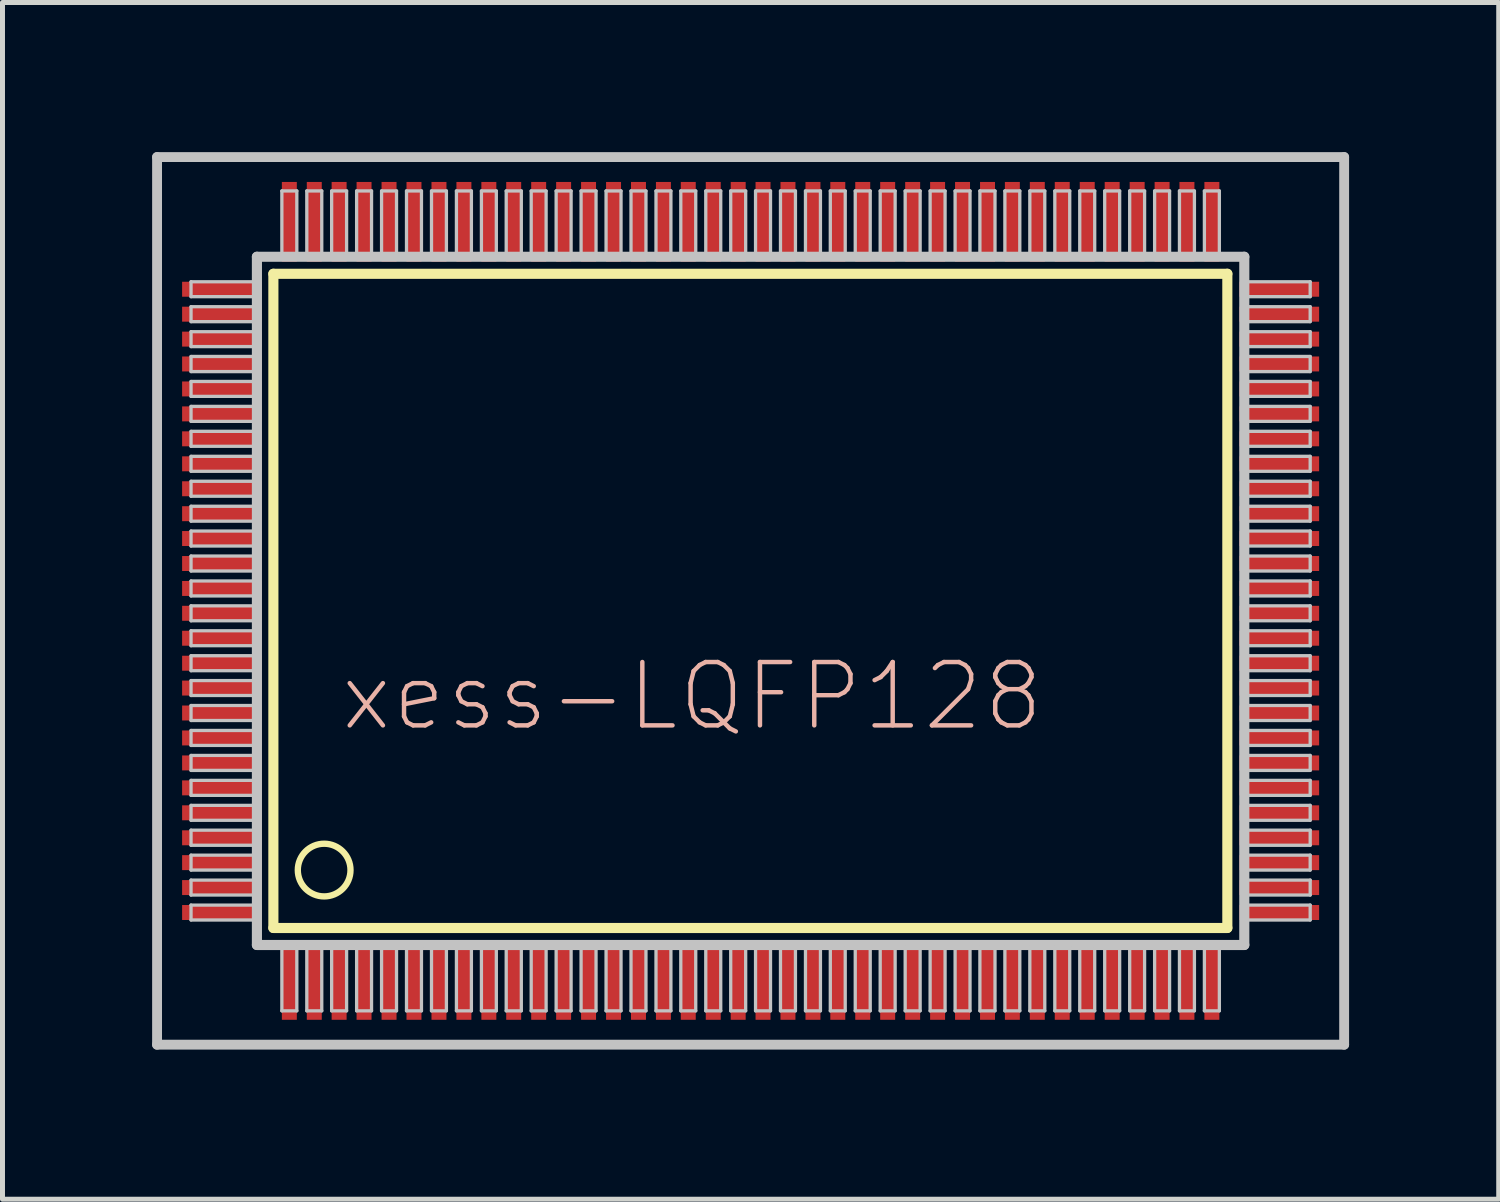
<source format=kicad_pcb>
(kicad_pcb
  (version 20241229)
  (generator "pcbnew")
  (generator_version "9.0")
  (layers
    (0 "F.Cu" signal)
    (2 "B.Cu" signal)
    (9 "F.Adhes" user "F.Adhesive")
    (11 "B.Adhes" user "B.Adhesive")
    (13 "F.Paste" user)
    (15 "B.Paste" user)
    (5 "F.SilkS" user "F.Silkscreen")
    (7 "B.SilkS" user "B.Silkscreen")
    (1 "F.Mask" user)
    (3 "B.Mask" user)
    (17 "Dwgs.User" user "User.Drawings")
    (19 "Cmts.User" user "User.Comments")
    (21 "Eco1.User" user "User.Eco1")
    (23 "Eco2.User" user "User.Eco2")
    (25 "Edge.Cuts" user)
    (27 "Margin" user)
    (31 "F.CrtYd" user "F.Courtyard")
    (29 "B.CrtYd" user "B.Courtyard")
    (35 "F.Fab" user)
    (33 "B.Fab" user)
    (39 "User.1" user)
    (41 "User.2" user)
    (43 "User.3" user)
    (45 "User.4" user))
  (footprint "xess-LQFP128"
    (layer "F.Cu")
    (at 11.999 8.997)
    (property "Reference" "xess-LQFP128" (at -1.173 1.913 0) (layer "B.SilkS") (effects (font (size 1.27 1.27) (thickness 0.089))))
    (attr smd)
    (fp_line (start -9.568 -6.558) (end 9.558 -6.558) (stroke (width 0.203) (type solid)) (layer "F.SilkS"))
    (fp_line (start -9.568 6.558) (end -9.568 -6.558) (stroke (width 0.203) (type solid)) (layer "F.SilkS"))
    (fp_line (start 9.558 -6.558) (end 9.558 6.558) (stroke (width 0.203) (type solid)) (layer "F.SilkS"))
    (fp_line (start 9.558 6.558) (end -9.568 6.558) (stroke (width 0.203) (type solid)) (layer "F.SilkS"))
    (fp_circle (center -8.55 5.397) (end -8.923 5.771) (stroke (width 0.127) (type solid)) (fill no) (layer "F.SilkS"))
    (fp_line (start -11.9 -8.898) (end 11.9 -8.898) (stroke (width 0.198) (type solid)) (layer "Dwgs.User"))
    (fp_line (start -11.9 8.898) (end -11.9 -8.898) (stroke (width 0.198) (type solid)) (layer "Dwgs.User"))
    (fp_line (start -11.219 -6.398) (end -9.949 -6.398) (stroke (width 0.066) (type solid)) (layer "Dwgs.User"))
    (fp_line (start -11.219 -6.099) (end -11.219 -6.398) (stroke (width 0.066) (type solid)) (layer "Dwgs.User"))
    (fp_line (start -11.219 -6.099) (end -9.949 -6.099) (stroke (width 0.066) (type solid)) (layer "Dwgs.User"))
    (fp_line (start -11.219 -5.898) (end -9.949 -5.898) (stroke (width 0.066) (type solid)) (layer "Dwgs.User"))
    (fp_line (start -11.219 -5.598) (end -11.219 -5.898) (stroke (width 0.066) (type solid)) (layer "Dwgs.User"))
    (fp_line (start -11.219 -5.598) (end -9.949 -5.598) (stroke (width 0.066) (type solid)) (layer "Dwgs.User"))
    (fp_line (start -11.219 -5.397) (end -9.949 -5.397) (stroke (width 0.066) (type solid)) (layer "Dwgs.User"))
    (fp_line (start -11.219 -5.098) (end -11.219 -5.397) (stroke (width 0.066) (type solid)) (layer "Dwgs.User"))
    (fp_line (start -11.219 -5.098) (end -9.949 -5.098) (stroke (width 0.066) (type solid)) (layer "Dwgs.User"))
    (fp_line (start -11.219 -4.9) (end -9.949 -4.9) (stroke (width 0.066) (type solid)) (layer "Dwgs.User"))
    (fp_line (start -11.219 -4.597) (end -11.219 -4.9) (stroke (width 0.066) (type solid)) (layer "Dwgs.User"))
    (fp_line (start -11.219 -4.597) (end -9.949 -4.597) (stroke (width 0.066) (type solid)) (layer "Dwgs.User"))
    (fp_line (start -11.219 -4.399) (end -9.949 -4.399) (stroke (width 0.066) (type solid)) (layer "Dwgs.User"))
    (fp_line (start -11.219 -4.1) (end -11.219 -4.399) (stroke (width 0.066) (type solid)) (layer "Dwgs.User"))
    (fp_line (start -11.219 -4.1) (end -9.949 -4.1) (stroke (width 0.066) (type solid)) (layer "Dwgs.User"))
    (fp_line (start -11.219 -3.899) (end -9.949 -3.899) (stroke (width 0.066) (type solid)) (layer "Dwgs.User"))
    (fp_line (start -11.219 -3.599) (end -11.219 -3.899) (stroke (width 0.066) (type solid)) (layer "Dwgs.User"))
    (fp_line (start -11.219 -3.599) (end -9.949 -3.599) (stroke (width 0.066) (type solid)) (layer "Dwgs.User"))
    (fp_line (start -11.219 -3.399) (end -9.949 -3.399) (stroke (width 0.066) (type solid)) (layer "Dwgs.User"))
    (fp_line (start -11.219 -3.099) (end -11.219 -3.399) (stroke (width 0.066) (type solid)) (layer "Dwgs.User"))
    (fp_line (start -11.219 -3.099) (end -9.949 -3.099) (stroke (width 0.066) (type solid)) (layer "Dwgs.User"))
    (fp_line (start -11.219 -2.898) (end -9.949 -2.898) (stroke (width 0.066) (type solid)) (layer "Dwgs.User"))
    (fp_line (start -11.219 -2.598) (end -11.219 -2.898) (stroke (width 0.066) (type solid)) (layer "Dwgs.User"))
    (fp_line (start -11.219 -2.598) (end -9.949 -2.598) (stroke (width 0.066) (type solid)) (layer "Dwgs.User"))
    (fp_line (start -11.219 -2.398) (end -9.949 -2.398) (stroke (width 0.066) (type solid)) (layer "Dwgs.User"))
    (fp_line (start -11.219 -2.098) (end -11.219 -2.398) (stroke (width 0.066) (type solid)) (layer "Dwgs.User"))
    (fp_line (start -11.219 -2.098) (end -9.949 -2.098) (stroke (width 0.066) (type solid)) (layer "Dwgs.User"))
    (fp_line (start -11.219 -1.897) (end -9.949 -1.897) (stroke (width 0.066) (type solid)) (layer "Dwgs.User"))
    (fp_line (start -11.219 -1.598) (end -11.219 -1.897) (stroke (width 0.066) (type solid)) (layer "Dwgs.User"))
    (fp_line (start -11.219 -1.598) (end -9.949 -1.598) (stroke (width 0.066) (type solid)) (layer "Dwgs.User"))
    (fp_line (start -11.219 -1.4) (end -9.949 -1.4) (stroke (width 0.066) (type solid)) (layer "Dwgs.User"))
    (fp_line (start -11.219 -1.1) (end -11.219 -1.4) (stroke (width 0.066) (type solid)) (layer "Dwgs.User"))
    (fp_line (start -11.219 -1.1) (end -9.949 -1.1) (stroke (width 0.066) (type solid)) (layer "Dwgs.User"))
    (fp_line (start -11.219 -0.899) (end -9.949 -0.899) (stroke (width 0.066) (type solid)) (layer "Dwgs.User"))
    (fp_line (start -11.219 -0.599) (end -11.219 -0.899) (stroke (width 0.066) (type solid)) (layer "Dwgs.User"))
    (fp_line (start -11.219 -0.599) (end -9.949 -0.599) (stroke (width 0.066) (type solid)) (layer "Dwgs.User"))
    (fp_line (start -11.219 -0.399) (end -9.949 -0.399) (stroke (width 0.066) (type solid)) (layer "Dwgs.User"))
    (fp_line (start -11.219 -0.099) (end -11.219 -0.399) (stroke (width 0.066) (type solid)) (layer "Dwgs.User"))
    (fp_line (start -11.219 -0.099) (end -9.949 -0.099) (stroke (width 0.066) (type solid)) (layer "Dwgs.User"))
    (fp_line (start -11.219 0.099) (end -9.949 0.099) (stroke (width 0.066) (type solid)) (layer "Dwgs.User"))
    (fp_line (start -11.219 0.399) (end -11.219 0.099) (stroke (width 0.066) (type solid)) (layer "Dwgs.User"))
    (fp_line (start -11.219 0.399) (end -9.949 0.399) (stroke (width 0.066) (type solid)) (layer "Dwgs.User"))
    (fp_line (start -11.219 0.599) (end -9.949 0.599) (stroke (width 0.066) (type solid)) (layer "Dwgs.User"))
    (fp_line (start -11.219 0.899) (end -11.219 0.599) (stroke (width 0.066) (type solid)) (layer "Dwgs.User"))
    (fp_line (start -11.219 0.899) (end -9.949 0.899) (stroke (width 0.066) (type solid)) (layer "Dwgs.User"))
    (fp_line (start -11.219 1.1) (end -9.949 1.1) (stroke (width 0.066) (type solid)) (layer "Dwgs.User"))
    (fp_line (start -11.219 1.4) (end -11.219 1.1) (stroke (width 0.066) (type solid)) (layer "Dwgs.User"))
    (fp_line (start -11.219 1.4) (end -9.949 1.4) (stroke (width 0.066) (type solid)) (layer "Dwgs.User"))
    (fp_line (start -11.219 1.598) (end -9.949 1.598) (stroke (width 0.066) (type solid)) (layer "Dwgs.User"))
    (fp_line (start -11.219 1.897) (end -11.219 1.598) (stroke (width 0.066) (type solid)) (layer "Dwgs.User"))
    (fp_line (start -11.219 1.897) (end -9.949 1.897) (stroke (width 0.066) (type solid)) (layer "Dwgs.User"))
    (fp_line (start -11.219 2.098) (end -9.949 2.098) (stroke (width 0.066) (type solid)) (layer "Dwgs.User"))
    (fp_line (start -11.219 2.398) (end -11.219 2.098) (stroke (width 0.066) (type solid)) (layer "Dwgs.User"))
    (fp_line (start -11.219 2.398) (end -9.949 2.398) (stroke (width 0.066) (type solid)) (layer "Dwgs.User"))
    (fp_line (start -11.219 2.598) (end -9.949 2.598) (stroke (width 0.066) (type solid)) (layer "Dwgs.User"))
    (fp_line (start -11.219 2.898) (end -11.219 2.598) (stroke (width 0.066) (type solid)) (layer "Dwgs.User"))
    (fp_line (start -11.219 2.898) (end -9.949 2.898) (stroke (width 0.066) (type solid)) (layer "Dwgs.User"))
    (fp_line (start -11.219 3.099) (end -9.949 3.099) (stroke (width 0.066) (type solid)) (layer "Dwgs.User"))
    (fp_line (start -11.219 3.399) (end -11.219 3.099) (stroke (width 0.066) (type solid)) (layer "Dwgs.User"))
    (fp_line (start -11.219 3.399) (end -9.949 3.399) (stroke (width 0.066) (type solid)) (layer "Dwgs.User"))
    (fp_line (start -11.219 3.599) (end -9.949 3.599) (stroke (width 0.066) (type solid)) (layer "Dwgs.User"))
    (fp_line (start -11.219 3.899) (end -11.219 3.599) (stroke (width 0.066) (type solid)) (layer "Dwgs.User"))
    (fp_line (start -11.219 3.899) (end -9.949 3.899) (stroke (width 0.066) (type solid)) (layer "Dwgs.User"))
    (fp_line (start -11.219 4.1) (end -9.949 4.1) (stroke (width 0.066) (type solid)) (layer "Dwgs.User"))
    (fp_line (start -11.219 4.399) (end -11.219 4.1) (stroke (width 0.066) (type solid)) (layer "Dwgs.User"))
    (fp_line (start -11.219 4.399) (end -9.949 4.399) (stroke (width 0.066) (type solid)) (layer "Dwgs.User"))
    (fp_line (start -11.219 4.597) (end -9.949 4.597) (stroke (width 0.066) (type solid)) (layer "Dwgs.User"))
    (fp_line (start -11.219 4.9) (end -11.219 4.597) (stroke (width 0.066) (type solid)) (layer "Dwgs.User"))
    (fp_line (start -11.219 4.9) (end -9.949 4.9) (stroke (width 0.066) (type solid)) (layer "Dwgs.User"))
    (fp_line (start -11.219 5.098) (end -9.949 5.098) (stroke (width 0.066) (type solid)) (layer "Dwgs.User"))
    (fp_line (start -11.219 5.397) (end -11.219 5.098) (stroke (width 0.066) (type solid)) (layer "Dwgs.User"))
    (fp_line (start -11.219 5.397) (end -9.949 5.397) (stroke (width 0.066) (type solid)) (layer "Dwgs.User"))
    (fp_line (start -11.219 5.598) (end -9.949 5.598) (stroke (width 0.066) (type solid)) (layer "Dwgs.User"))
    (fp_line (start -11.219 5.898) (end -11.219 5.598) (stroke (width 0.066) (type solid)) (layer "Dwgs.User"))
    (fp_line (start -11.219 5.898) (end -9.949 5.898) (stroke (width 0.066) (type solid)) (layer "Dwgs.User"))
    (fp_line (start -11.219 6.099) (end -9.949 6.099) (stroke (width 0.066) (type solid)) (layer "Dwgs.User"))
    (fp_line (start -11.219 6.398) (end -11.219 6.099) (stroke (width 0.066) (type solid)) (layer "Dwgs.User"))
    (fp_line (start -11.219 6.398) (end -9.949 6.398) (stroke (width 0.066) (type solid)) (layer "Dwgs.User"))
    (fp_line (start -9.949 -6.099) (end -9.949 -6.398) (stroke (width 0.066) (type solid)) (layer "Dwgs.User"))
    (fp_line (start -9.949 -5.598) (end -9.949 -5.898) (stroke (width 0.066) (type solid)) (layer "Dwgs.User"))
    (fp_line (start -9.949 -5.098) (end -9.949 -5.397) (stroke (width 0.066) (type solid)) (layer "Dwgs.User"))
    (fp_line (start -9.949 -4.597) (end -9.949 -4.9) (stroke (width 0.066) (type solid)) (layer "Dwgs.User"))
    (fp_line (start -9.949 -4.1) (end -9.949 -4.399) (stroke (width 0.066) (type solid)) (layer "Dwgs.User"))
    (fp_line (start -9.949 -3.599) (end -9.949 -3.899) (stroke (width 0.066) (type solid)) (layer "Dwgs.User"))
    (fp_line (start -9.949 -3.099) (end -9.949 -3.399) (stroke (width 0.066) (type solid)) (layer "Dwgs.User"))
    (fp_line (start -9.949 -2.598) (end -9.949 -2.898) (stroke (width 0.066) (type solid)) (layer "Dwgs.User"))
    (fp_line (start -9.949 -2.098) (end -9.949 -2.398) (stroke (width 0.066) (type solid)) (layer "Dwgs.User"))
    (fp_line (start -9.949 -1.598) (end -9.949 -1.897) (stroke (width 0.066) (type solid)) (layer "Dwgs.User"))
    (fp_line (start -9.949 -1.1) (end -9.949 -1.4) (stroke (width 0.066) (type solid)) (layer "Dwgs.User"))
    (fp_line (start -9.949 -0.599) (end -9.949 -0.899) (stroke (width 0.066) (type solid)) (layer "Dwgs.User"))
    (fp_line (start -9.949 -0.099) (end -9.949 -0.399) (stroke (width 0.066) (type solid)) (layer "Dwgs.User"))
    (fp_line (start -9.949 0.399) (end -9.949 0.099) (stroke (width 0.066) (type solid)) (layer "Dwgs.User"))
    (fp_line (start -9.949 0.899) (end -9.949 0.599) (stroke (width 0.066) (type solid)) (layer "Dwgs.User"))
    (fp_line (start -9.949 1.4) (end -9.949 1.1) (stroke (width 0.066) (type solid)) (layer "Dwgs.User"))
    (fp_line (start -9.949 1.897) (end -9.949 1.598) (stroke (width 0.066) (type solid)) (layer "Dwgs.User"))
    (fp_line (start -9.949 2.398) (end -9.949 2.098) (stroke (width 0.066) (type solid)) (layer "Dwgs.User"))
    (fp_line (start -9.949 2.898) (end -9.949 2.598) (stroke (width 0.066) (type solid)) (layer "Dwgs.User"))
    (fp_line (start -9.949 3.399) (end -9.949 3.099) (stroke (width 0.066) (type solid)) (layer "Dwgs.User"))
    (fp_line (start -9.949 3.899) (end -9.949 3.599) (stroke (width 0.066) (type solid)) (layer "Dwgs.User"))
    (fp_line (start -9.949 4.399) (end -9.949 4.1) (stroke (width 0.066) (type solid)) (layer "Dwgs.User"))
    (fp_line (start -9.949 4.9) (end -9.949 4.597) (stroke (width 0.066) (type solid)) (layer "Dwgs.User"))
    (fp_line (start -9.949 5.397) (end -9.949 5.098) (stroke (width 0.066) (type solid)) (layer "Dwgs.User"))
    (fp_line (start -9.949 5.898) (end -9.949 5.598) (stroke (width 0.066) (type solid)) (layer "Dwgs.User"))
    (fp_line (start -9.949 6.398) (end -9.949 6.099) (stroke (width 0.066) (type solid)) (layer "Dwgs.User"))
    (fp_line (start -9.898 -6.899) (end -9.898 6.899) (stroke (width 0.203) (type solid)) (layer "Dwgs.User"))
    (fp_line (start -9.898 6.899) (end 9.898 6.899) (stroke (width 0.203) (type solid)) (layer "Dwgs.User"))
    (fp_line (start -9.398 -8.219) (end -9.098 -8.219) (stroke (width 0.066) (type solid)) (layer "Dwgs.User"))
    (fp_line (start -9.398 -6.949) (end -9.398 -8.219) (stroke (width 0.066) (type solid)) (layer "Dwgs.User"))
    (fp_line (start -9.398 -6.949) (end -9.098 -6.949) (stroke (width 0.066) (type solid)) (layer "Dwgs.User"))
    (fp_line (start -9.398 6.949) (end -9.098 6.949) (stroke (width 0.066) (type solid)) (layer "Dwgs.User"))
    (fp_line (start -9.398 8.219) (end -9.398 6.949) (stroke (width 0.066) (type solid)) (layer "Dwgs.User"))
    (fp_line (start -9.398 8.219) (end -9.098 8.219) (stroke (width 0.066) (type solid)) (layer "Dwgs.User"))
    (fp_line (start -9.098 -6.949) (end -9.098 -8.219) (stroke (width 0.066) (type solid)) (layer "Dwgs.User"))
    (fp_line (start -9.098 8.219) (end -9.098 6.949) (stroke (width 0.066) (type solid)) (layer "Dwgs.User"))
    (fp_line (start -8.898 -8.219) (end -8.598 -8.219) (stroke (width 0.066) (type solid)) (layer "Dwgs.User"))
    (fp_line (start -8.898 -6.949) (end -8.898 -8.219) (stroke (width 0.066) (type solid)) (layer "Dwgs.User"))
    (fp_line (start -8.898 -6.949) (end -8.598 -6.949) (stroke (width 0.066) (type solid)) (layer "Dwgs.User"))
    (fp_line (start -8.898 6.949) (end -8.598 6.949) (stroke (width 0.066) (type solid)) (layer "Dwgs.User"))
    (fp_line (start -8.898 8.219) (end -8.898 6.949) (stroke (width 0.066) (type solid)) (layer "Dwgs.User"))
    (fp_line (start -8.898 8.219) (end -8.598 8.219) (stroke (width 0.066) (type solid)) (layer "Dwgs.User"))
    (fp_line (start -8.598 -6.949) (end -8.598 -8.219) (stroke (width 0.066) (type solid)) (layer "Dwgs.User"))
    (fp_line (start -8.598 8.219) (end -8.598 6.949) (stroke (width 0.066) (type solid)) (layer "Dwgs.User"))
    (fp_line (start -8.4 -8.219) (end -8.1 -8.219) (stroke (width 0.066) (type solid)) (layer "Dwgs.User"))
    (fp_line (start -8.4 -6.949) (end -8.4 -8.219) (stroke (width 0.066) (type solid)) (layer "Dwgs.User"))
    (fp_line (start -8.4 -6.949) (end -8.1 -6.949) (stroke (width 0.066) (type solid)) (layer "Dwgs.User"))
    (fp_line (start -8.4 6.949) (end -8.1 6.949) (stroke (width 0.066) (type solid)) (layer "Dwgs.User"))
    (fp_line (start -8.4 8.219) (end -8.4 6.949) (stroke (width 0.066) (type solid)) (layer "Dwgs.User"))
    (fp_line (start -8.4 8.219) (end -8.1 8.219) (stroke (width 0.066) (type solid)) (layer "Dwgs.User"))
    (fp_line (start -8.1 -6.949) (end -8.1 -8.219) (stroke (width 0.066) (type solid)) (layer "Dwgs.User"))
    (fp_line (start -8.1 8.219) (end -8.1 6.949) (stroke (width 0.066) (type solid)) (layer "Dwgs.User"))
    (fp_line (start -7.899 -8.219) (end -7.6 -8.219) (stroke (width 0.066) (type solid)) (layer "Dwgs.User"))
    (fp_line (start -7.899 -6.949) (end -7.899 -8.219) (stroke (width 0.066) (type solid)) (layer "Dwgs.User"))
    (fp_line (start -7.899 -6.949) (end -7.6 -6.949) (stroke (width 0.066) (type solid)) (layer "Dwgs.User"))
    (fp_line (start -7.899 6.949) (end -7.6 6.949) (stroke (width 0.066) (type solid)) (layer "Dwgs.User"))
    (fp_line (start -7.899 8.219) (end -7.899 6.949) (stroke (width 0.066) (type solid)) (layer "Dwgs.User"))
    (fp_line (start -7.899 8.219) (end -7.6 8.219) (stroke (width 0.066) (type solid)) (layer "Dwgs.User"))
    (fp_line (start -7.6 -6.949) (end -7.6 -8.219) (stroke (width 0.066) (type solid)) (layer "Dwgs.User"))
    (fp_line (start -7.6 8.219) (end -7.6 6.949) (stroke (width 0.066) (type solid)) (layer "Dwgs.User"))
    (fp_line (start -7.399 -8.219) (end -7.099 -8.219) (stroke (width 0.066) (type solid)) (layer "Dwgs.User"))
    (fp_line (start -7.399 -6.949) (end -7.399 -8.219) (stroke (width 0.066) (type solid)) (layer "Dwgs.User"))
    (fp_line (start -7.399 -6.949) (end -7.099 -6.949) (stroke (width 0.066) (type solid)) (layer "Dwgs.User"))
    (fp_line (start -7.399 6.949) (end -7.099 6.949) (stroke (width 0.066) (type solid)) (layer "Dwgs.User"))
    (fp_line (start -7.399 8.219) (end -7.399 6.949) (stroke (width 0.066) (type solid)) (layer "Dwgs.User"))
    (fp_line (start -7.399 8.219) (end -7.099 8.219) (stroke (width 0.066) (type solid)) (layer "Dwgs.User"))
    (fp_line (start -7.099 -6.949) (end -7.099 -8.219) (stroke (width 0.066) (type solid)) (layer "Dwgs.User"))
    (fp_line (start -7.099 8.219) (end -7.099 6.949) (stroke (width 0.066) (type solid)) (layer "Dwgs.User"))
    (fp_line (start -6.899 -8.219) (end -6.599 -8.219) (stroke (width 0.066) (type solid)) (layer "Dwgs.User"))
    (fp_line (start -6.899 -6.949) (end -6.899 -8.219) (stroke (width 0.066) (type solid)) (layer "Dwgs.User"))
    (fp_line (start -6.899 -6.949) (end -6.599 -6.949) (stroke (width 0.066) (type solid)) (layer "Dwgs.User"))
    (fp_line (start -6.899 6.949) (end -6.599 6.949) (stroke (width 0.066) (type solid)) (layer "Dwgs.User"))
    (fp_line (start -6.899 8.219) (end -6.899 6.949) (stroke (width 0.066) (type solid)) (layer "Dwgs.User"))
    (fp_line (start -6.899 8.219) (end -6.599 8.219) (stroke (width 0.066) (type solid)) (layer "Dwgs.User"))
    (fp_line (start -6.599 -6.949) (end -6.599 -8.219) (stroke (width 0.066) (type solid)) (layer "Dwgs.User"))
    (fp_line (start -6.599 8.219) (end -6.599 6.949) (stroke (width 0.066) (type solid)) (layer "Dwgs.User"))
    (fp_line (start -6.398 -8.219) (end -6.099 -8.219) (stroke (width 0.066) (type solid)) (layer "Dwgs.User"))
    (fp_line (start -6.398 -6.949) (end -6.398 -8.219) (stroke (width 0.066) (type solid)) (layer "Dwgs.User"))
    (fp_line (start -6.398 -6.949) (end -6.099 -6.949) (stroke (width 0.066) (type solid)) (layer "Dwgs.User"))
    (fp_line (start -6.398 6.949) (end -6.099 6.949) (stroke (width 0.066) (type solid)) (layer "Dwgs.User"))
    (fp_line (start -6.398 8.219) (end -6.398 6.949) (stroke (width 0.066) (type solid)) (layer "Dwgs.User"))
    (fp_line (start -6.398 8.219) (end -6.099 8.219) (stroke (width 0.066) (type solid)) (layer "Dwgs.User"))
    (fp_line (start -6.099 -6.949) (end -6.099 -8.219) (stroke (width 0.066) (type solid)) (layer "Dwgs.User"))
    (fp_line (start -6.099 8.219) (end -6.099 6.949) (stroke (width 0.066) (type solid)) (layer "Dwgs.User"))
    (fp_line (start -5.898 -8.219) (end -5.598 -8.219) (stroke (width 0.066) (type solid)) (layer "Dwgs.User"))
    (fp_line (start -5.898 -6.949) (end -5.898 -8.219) (stroke (width 0.066) (type solid)) (layer "Dwgs.User"))
    (fp_line (start -5.898 -6.949) (end -5.598 -6.949) (stroke (width 0.066) (type solid)) (layer "Dwgs.User"))
    (fp_line (start -5.898 6.949) (end -5.598 6.949) (stroke (width 0.066) (type solid)) (layer "Dwgs.User"))
    (fp_line (start -5.898 8.219) (end -5.898 6.949) (stroke (width 0.066) (type solid)) (layer "Dwgs.User"))
    (fp_line (start -5.898 8.219) (end -5.598 8.219) (stroke (width 0.066) (type solid)) (layer "Dwgs.User"))
    (fp_line (start -5.598 -6.949) (end -5.598 -8.219) (stroke (width 0.066) (type solid)) (layer "Dwgs.User"))
    (fp_line (start -5.598 8.219) (end -5.598 6.949) (stroke (width 0.066) (type solid)) (layer "Dwgs.User"))
    (fp_line (start -5.397 -8.219) (end -5.098 -8.219) (stroke (width 0.066) (type solid)) (layer "Dwgs.User"))
    (fp_line (start -5.397 -6.949) (end -5.397 -8.219) (stroke (width 0.066) (type solid)) (layer "Dwgs.User"))
    (fp_line (start -5.397 -6.949) (end -5.098 -6.949) (stroke (width 0.066) (type solid)) (layer "Dwgs.User"))
    (fp_line (start -5.397 6.949) (end -5.098 6.949) (stroke (width 0.066) (type solid)) (layer "Dwgs.User"))
    (fp_line (start -5.397 8.219) (end -5.397 6.949) (stroke (width 0.066) (type solid)) (layer "Dwgs.User"))
    (fp_line (start -5.397 8.219) (end -5.098 8.219) (stroke (width 0.066) (type solid)) (layer "Dwgs.User"))
    (fp_line (start -5.098 -6.949) (end -5.098 -8.219) (stroke (width 0.066) (type solid)) (layer "Dwgs.User"))
    (fp_line (start -5.098 8.219) (end -5.098 6.949) (stroke (width 0.066) (type solid)) (layer "Dwgs.User"))
    (fp_line (start -4.9 -8.219) (end -4.597 -8.219) (stroke (width 0.066) (type solid)) (layer "Dwgs.User"))
    (fp_line (start -4.9 -6.949) (end -4.9 -8.219) (stroke (width 0.066) (type solid)) (layer "Dwgs.User"))
    (fp_line (start -4.9 -6.949) (end -4.597 -6.949) (stroke (width 0.066) (type solid)) (layer "Dwgs.User"))
    (fp_line (start -4.9 6.949) (end -4.597 6.949) (stroke (width 0.066) (type solid)) (layer "Dwgs.User"))
    (fp_line (start -4.9 8.219) (end -4.9 6.949) (stroke (width 0.066) (type solid)) (layer "Dwgs.User"))
    (fp_line (start -4.9 8.219) (end -4.597 8.219) (stroke (width 0.066) (type solid)) (layer "Dwgs.User"))
    (fp_line (start -4.597 -6.949) (end -4.597 -8.219) (stroke (width 0.066) (type solid)) (layer "Dwgs.User"))
    (fp_line (start -4.597 8.219) (end -4.597 6.949) (stroke (width 0.066) (type solid)) (layer "Dwgs.User"))
    (fp_line (start -4.399 -8.219) (end -4.1 -8.219) (stroke (width 0.066) (type solid)) (layer "Dwgs.User"))
    (fp_line (start -4.399 -6.949) (end -4.399 -8.219) (stroke (width 0.066) (type solid)) (layer "Dwgs.User"))
    (fp_line (start -4.399 -6.949) (end -4.1 -6.949) (stroke (width 0.066) (type solid)) (layer "Dwgs.User"))
    (fp_line (start -4.399 6.949) (end -4.1 6.949) (stroke (width 0.066) (type solid)) (layer "Dwgs.User"))
    (fp_line (start -4.399 8.219) (end -4.399 6.949) (stroke (width 0.066) (type solid)) (layer "Dwgs.User"))
    (fp_line (start -4.399 8.219) (end -4.1 8.219) (stroke (width 0.066) (type solid)) (layer "Dwgs.User"))
    (fp_line (start -4.1 -6.949) (end -4.1 -8.219) (stroke (width 0.066) (type solid)) (layer "Dwgs.User"))
    (fp_line (start -4.1 8.219) (end -4.1 6.949) (stroke (width 0.066) (type solid)) (layer "Dwgs.User"))
    (fp_line (start -3.899 -8.219) (end -3.599 -8.219) (stroke (width 0.066) (type solid)) (layer "Dwgs.User"))
    (fp_line (start -3.899 -6.949) (end -3.899 -8.219) (stroke (width 0.066) (type solid)) (layer "Dwgs.User"))
    (fp_line (start -3.899 -6.949) (end -3.599 -6.949) (stroke (width 0.066) (type solid)) (layer "Dwgs.User"))
    (fp_line (start -3.899 6.949) (end -3.599 6.949) (stroke (width 0.066) (type solid)) (layer "Dwgs.User"))
    (fp_line (start -3.899 8.219) (end -3.899 6.949) (stroke (width 0.066) (type solid)) (layer "Dwgs.User"))
    (fp_line (start -3.899 8.219) (end -3.599 8.219) (stroke (width 0.066) (type solid)) (layer "Dwgs.User"))
    (fp_line (start -3.599 -6.949) (end -3.599 -8.219) (stroke (width 0.066) (type solid)) (layer "Dwgs.User"))
    (fp_line (start -3.599 8.219) (end -3.599 6.949) (stroke (width 0.066) (type solid)) (layer "Dwgs.User"))
    (fp_line (start -3.399 -8.219) (end -3.099 -8.219) (stroke (width 0.066) (type solid)) (layer "Dwgs.User"))
    (fp_line (start -3.399 -6.949) (end -3.399 -8.219) (stroke (width 0.066) (type solid)) (layer "Dwgs.User"))
    (fp_line (start -3.399 -6.949) (end -3.099 -6.949) (stroke (width 0.066) (type solid)) (layer "Dwgs.User"))
    (fp_line (start -3.399 6.949) (end -3.099 6.949) (stroke (width 0.066) (type solid)) (layer "Dwgs.User"))
    (fp_line (start -3.399 8.219) (end -3.399 6.949) (stroke (width 0.066) (type solid)) (layer "Dwgs.User"))
    (fp_line (start -3.399 8.219) (end -3.099 8.219) (stroke (width 0.066) (type solid)) (layer "Dwgs.User"))
    (fp_line (start -3.099 -6.949) (end -3.099 -8.219) (stroke (width 0.066) (type solid)) (layer "Dwgs.User"))
    (fp_line (start -3.099 8.219) (end -3.099 6.949) (stroke (width 0.066) (type solid)) (layer "Dwgs.User"))
    (fp_line (start -2.898 -8.219) (end -2.598 -8.219) (stroke (width 0.066) (type solid)) (layer "Dwgs.User"))
    (fp_line (start -2.898 -6.949) (end -2.898 -8.219) (stroke (width 0.066) (type solid)) (layer "Dwgs.User"))
    (fp_line (start -2.898 -6.949) (end -2.598 -6.949) (stroke (width 0.066) (type solid)) (layer "Dwgs.User"))
    (fp_line (start -2.898 6.949) (end -2.598 6.949) (stroke (width 0.066) (type solid)) (layer "Dwgs.User"))
    (fp_line (start -2.898 8.219) (end -2.898 6.949) (stroke (width 0.066) (type solid)) (layer "Dwgs.User"))
    (fp_line (start -2.898 8.219) (end -2.598 8.219) (stroke (width 0.066) (type solid)) (layer "Dwgs.User"))
    (fp_line (start -2.598 -6.949) (end -2.598 -8.219) (stroke (width 0.066) (type solid)) (layer "Dwgs.User"))
    (fp_line (start -2.598 8.219) (end -2.598 6.949) (stroke (width 0.066) (type solid)) (layer "Dwgs.User"))
    (fp_line (start -2.398 -8.219) (end -2.098 -8.219) (stroke (width 0.066) (type solid)) (layer "Dwgs.User"))
    (fp_line (start -2.398 -6.949) (end -2.398 -8.219) (stroke (width 0.066) (type solid)) (layer "Dwgs.User"))
    (fp_line (start -2.398 -6.949) (end -2.098 -6.949) (stroke (width 0.066) (type solid)) (layer "Dwgs.User"))
    (fp_line (start -2.398 6.949) (end -2.098 6.949) (stroke (width 0.066) (type solid)) (layer "Dwgs.User"))
    (fp_line (start -2.398 8.219) (end -2.398 6.949) (stroke (width 0.066) (type solid)) (layer "Dwgs.User"))
    (fp_line (start -2.398 8.219) (end -2.098 8.219) (stroke (width 0.066) (type solid)) (layer "Dwgs.User"))
    (fp_line (start -2.098 -6.949) (end -2.098 -8.219) (stroke (width 0.066) (type solid)) (layer "Dwgs.User"))
    (fp_line (start -2.098 8.219) (end -2.098 6.949) (stroke (width 0.066) (type solid)) (layer "Dwgs.User"))
    (fp_line (start -1.897 -8.219) (end -1.598 -8.219) (stroke (width 0.066) (type solid)) (layer "Dwgs.User"))
    (fp_line (start -1.897 -6.949) (end -1.897 -8.219) (stroke (width 0.066) (type solid)) (layer "Dwgs.User"))
    (fp_line (start -1.897 -6.949) (end -1.598 -6.949) (stroke (width 0.066) (type solid)) (layer "Dwgs.User"))
    (fp_line (start -1.897 6.949) (end -1.598 6.949) (stroke (width 0.066) (type solid)) (layer "Dwgs.User"))
    (fp_line (start -1.897 8.219) (end -1.897 6.949) (stroke (width 0.066) (type solid)) (layer "Dwgs.User"))
    (fp_line (start -1.897 8.219) (end -1.598 8.219) (stroke (width 0.066) (type solid)) (layer "Dwgs.User"))
    (fp_line (start -1.598 -6.949) (end -1.598 -8.219) (stroke (width 0.066) (type solid)) (layer "Dwgs.User"))
    (fp_line (start -1.598 8.219) (end -1.598 6.949) (stroke (width 0.066) (type solid)) (layer "Dwgs.User"))
    (fp_line (start -1.4 -8.219) (end -1.1 -8.219) (stroke (width 0.066) (type solid)) (layer "Dwgs.User"))
    (fp_line (start -1.4 -6.949) (end -1.4 -8.219) (stroke (width 0.066) (type solid)) (layer "Dwgs.User"))
    (fp_line (start -1.4 -6.949) (end -1.1 -6.949) (stroke (width 0.066) (type solid)) (layer "Dwgs.User"))
    (fp_line (start -1.4 6.949) (end -1.1 6.949) (stroke (width 0.066) (type solid)) (layer "Dwgs.User"))
    (fp_line (start -1.4 8.219) (end -1.4 6.949) (stroke (width 0.066) (type solid)) (layer "Dwgs.User"))
    (fp_line (start -1.4 8.219) (end -1.1 8.219) (stroke (width 0.066) (type solid)) (layer "Dwgs.User"))
    (fp_line (start -1.1 -6.949) (end -1.1 -8.219) (stroke (width 0.066) (type solid)) (layer "Dwgs.User"))
    (fp_line (start -1.1 8.219) (end -1.1 6.949) (stroke (width 0.066) (type solid)) (layer "Dwgs.User"))
    (fp_line (start -0.899 -8.219) (end -0.599 -8.219) (stroke (width 0.066) (type solid)) (layer "Dwgs.User"))
    (fp_line (start -0.899 -6.949) (end -0.899 -8.219) (stroke (width 0.066) (type solid)) (layer "Dwgs.User"))
    (fp_line (start -0.899 -6.949) (end -0.599 -6.949) (stroke (width 0.066) (type solid)) (layer "Dwgs.User"))
    (fp_line (start -0.899 6.949) (end -0.599 6.949) (stroke (width 0.066) (type solid)) (layer "Dwgs.User"))
    (fp_line (start -0.899 8.219) (end -0.899 6.949) (stroke (width 0.066) (type solid)) (layer "Dwgs.User"))
    (fp_line (start -0.899 8.219) (end -0.599 8.219) (stroke (width 0.066) (type solid)) (layer "Dwgs.User"))
    (fp_line (start -0.599 -6.949) (end -0.599 -8.219) (stroke (width 0.066) (type solid)) (layer "Dwgs.User"))
    (fp_line (start -0.599 8.219) (end -0.599 6.949) (stroke (width 0.066) (type solid)) (layer "Dwgs.User"))
    (fp_line (start -0.399 -8.219) (end -0.099 -8.219) (stroke (width 0.066) (type solid)) (layer "Dwgs.User"))
    (fp_line (start -0.399 -6.949) (end -0.399 -8.219) (stroke (width 0.066) (type solid)) (layer "Dwgs.User"))
    (fp_line (start -0.399 -6.949) (end -0.099 -6.949) (stroke (width 0.066) (type solid)) (layer "Dwgs.User"))
    (fp_line (start -0.399 6.949) (end -0.099 6.949) (stroke (width 0.066) (type solid)) (layer "Dwgs.User"))
    (fp_line (start -0.399 8.219) (end -0.399 6.949) (stroke (width 0.066) (type solid)) (layer "Dwgs.User"))
    (fp_line (start -0.399 8.219) (end -0.099 8.219) (stroke (width 0.066) (type solid)) (layer "Dwgs.User"))
    (fp_line (start -0.099 -6.949) (end -0.099 -8.219) (stroke (width 0.066) (type solid)) (layer "Dwgs.User"))
    (fp_line (start -0.099 8.219) (end -0.099 6.949) (stroke (width 0.066) (type solid)) (layer "Dwgs.User"))
    (fp_line (start 0.099 -8.219) (end 0.399 -8.219) (stroke (width 0.066) (type solid)) (layer "Dwgs.User"))
    (fp_line (start 0.099 -6.949) (end 0.099 -8.219) (stroke (width 0.066) (type solid)) (layer "Dwgs.User"))
    (fp_line (start 0.099 -6.949) (end 0.399 -6.949) (stroke (width 0.066) (type solid)) (layer "Dwgs.User"))
    (fp_line (start 0.099 6.949) (end 0.399 6.949) (stroke (width 0.066) (type solid)) (layer "Dwgs.User"))
    (fp_line (start 0.099 8.219) (end 0.099 6.949) (stroke (width 0.066) (type solid)) (layer "Dwgs.User"))
    (fp_line (start 0.099 8.219) (end 0.399 8.219) (stroke (width 0.066) (type solid)) (layer "Dwgs.User"))
    (fp_line (start 0.399 -6.949) (end 0.399 -8.219) (stroke (width 0.066) (type solid)) (layer "Dwgs.User"))
    (fp_line (start 0.399 8.219) (end 0.399 6.949) (stroke (width 0.066) (type solid)) (layer "Dwgs.User"))
    (fp_line (start 0.599 -8.219) (end 0.899 -8.219) (stroke (width 0.066) (type solid)) (layer "Dwgs.User"))
    (fp_line (start 0.599 -6.949) (end 0.599 -8.219) (stroke (width 0.066) (type solid)) (layer "Dwgs.User"))
    (fp_line (start 0.599 -6.949) (end 0.899 -6.949) (stroke (width 0.066) (type solid)) (layer "Dwgs.User"))
    (fp_line (start 0.599 6.949) (end 0.899 6.949) (stroke (width 0.066) (type solid)) (layer "Dwgs.User"))
    (fp_line (start 0.599 8.219) (end 0.599 6.949) (stroke (width 0.066) (type solid)) (layer "Dwgs.User"))
    (fp_line (start 0.599 8.219) (end 0.899 8.219) (stroke (width 0.066) (type solid)) (layer "Dwgs.User"))
    (fp_line (start 0.899 -6.949) (end 0.899 -8.219) (stroke (width 0.066) (type solid)) (layer "Dwgs.User"))
    (fp_line (start 0.899 8.219) (end 0.899 6.949) (stroke (width 0.066) (type solid)) (layer "Dwgs.User"))
    (fp_line (start 1.1 -8.219) (end 1.4 -8.219) (stroke (width 0.066) (type solid)) (layer "Dwgs.User"))
    (fp_line (start 1.1 -6.949) (end 1.1 -8.219) (stroke (width 0.066) (type solid)) (layer "Dwgs.User"))
    (fp_line (start 1.1 -6.949) (end 1.4 -6.949) (stroke (width 0.066) (type solid)) (layer "Dwgs.User"))
    (fp_line (start 1.1 6.949) (end 1.4 6.949) (stroke (width 0.066) (type solid)) (layer "Dwgs.User"))
    (fp_line (start 1.1 8.219) (end 1.1 6.949) (stroke (width 0.066) (type solid)) (layer "Dwgs.User"))
    (fp_line (start 1.1 8.219) (end 1.4 8.219) (stroke (width 0.066) (type solid)) (layer "Dwgs.User"))
    (fp_line (start 1.4 -6.949) (end 1.4 -8.219) (stroke (width 0.066) (type solid)) (layer "Dwgs.User"))
    (fp_line (start 1.4 8.219) (end 1.4 6.949) (stroke (width 0.066) (type solid)) (layer "Dwgs.User"))
    (fp_line (start 1.598 -8.219) (end 1.897 -8.219) (stroke (width 0.066) (type solid)) (layer "Dwgs.User"))
    (fp_line (start 1.598 -6.949) (end 1.598 -8.219) (stroke (width 0.066) (type solid)) (layer "Dwgs.User"))
    (fp_line (start 1.598 -6.949) (end 1.897 -6.949) (stroke (width 0.066) (type solid)) (layer "Dwgs.User"))
    (fp_line (start 1.598 6.949) (end 1.897 6.949) (stroke (width 0.066) (type solid)) (layer "Dwgs.User"))
    (fp_line (start 1.598 8.219) (end 1.598 6.949) (stroke (width 0.066) (type solid)) (layer "Dwgs.User"))
    (fp_line (start 1.598 8.219) (end 1.897 8.219) (stroke (width 0.066) (type solid)) (layer "Dwgs.User"))
    (fp_line (start 1.897 -6.949) (end 1.897 -8.219) (stroke (width 0.066) (type solid)) (layer "Dwgs.User"))
    (fp_line (start 1.897 8.219) (end 1.897 6.949) (stroke (width 0.066) (type solid)) (layer "Dwgs.User"))
    (fp_line (start 2.098 -8.219) (end 2.398 -8.219) (stroke (width 0.066) (type solid)) (layer "Dwgs.User"))
    (fp_line (start 2.098 -6.949) (end 2.098 -8.219) (stroke (width 0.066) (type solid)) (layer "Dwgs.User"))
    (fp_line (start 2.098 -6.949) (end 2.398 -6.949) (stroke (width 0.066) (type solid)) (layer "Dwgs.User"))
    (fp_line (start 2.098 6.949) (end 2.398 6.949) (stroke (width 0.066) (type solid)) (layer "Dwgs.User"))
    (fp_line (start 2.098 8.219) (end 2.098 6.949) (stroke (width 0.066) (type solid)) (layer "Dwgs.User"))
    (fp_line (start 2.098 8.219) (end 2.398 8.219) (stroke (width 0.066) (type solid)) (layer "Dwgs.User"))
    (fp_line (start 2.398 -6.949) (end 2.398 -8.219) (stroke (width 0.066) (type solid)) (layer "Dwgs.User"))
    (fp_line (start 2.398 8.219) (end 2.398 6.949) (stroke (width 0.066) (type solid)) (layer "Dwgs.User"))
    (fp_line (start 2.598 -8.219) (end 2.898 -8.219) (stroke (width 0.066) (type solid)) (layer "Dwgs.User"))
    (fp_line (start 2.598 -6.949) (end 2.598 -8.219) (stroke (width 0.066) (type solid)) (layer "Dwgs.User"))
    (fp_line (start 2.598 -6.949) (end 2.898 -6.949) (stroke (width 0.066) (type solid)) (layer "Dwgs.User"))
    (fp_line (start 2.598 6.949) (end 2.898 6.949) (stroke (width 0.066) (type solid)) (layer "Dwgs.User"))
    (fp_line (start 2.598 8.219) (end 2.598 6.949) (stroke (width 0.066) (type solid)) (layer "Dwgs.User"))
    (fp_line (start 2.598 8.219) (end 2.898 8.219) (stroke (width 0.066) (type solid)) (layer "Dwgs.User"))
    (fp_line (start 2.898 -6.949) (end 2.898 -8.219) (stroke (width 0.066) (type solid)) (layer "Dwgs.User"))
    (fp_line (start 2.898 8.219) (end 2.898 6.949) (stroke (width 0.066) (type solid)) (layer "Dwgs.User"))
    (fp_line (start 3.099 -8.219) (end 3.399 -8.219) (stroke (width 0.066) (type solid)) (layer "Dwgs.User"))
    (fp_line (start 3.099 -6.949) (end 3.099 -8.219) (stroke (width 0.066) (type solid)) (layer "Dwgs.User"))
    (fp_line (start 3.099 -6.949) (end 3.399 -6.949) (stroke (width 0.066) (type solid)) (layer "Dwgs.User"))
    (fp_line (start 3.099 6.949) (end 3.399 6.949) (stroke (width 0.066) (type solid)) (layer "Dwgs.User"))
    (fp_line (start 3.099 8.219) (end 3.099 6.949) (stroke (width 0.066) (type solid)) (layer "Dwgs.User"))
    (fp_line (start 3.099 8.219) (end 3.399 8.219) (stroke (width 0.066) (type solid)) (layer "Dwgs.User"))
    (fp_line (start 3.399 -6.949) (end 3.399 -8.219) (stroke (width 0.066) (type solid)) (layer "Dwgs.User"))
    (fp_line (start 3.399 8.219) (end 3.399 6.949) (stroke (width 0.066) (type solid)) (layer "Dwgs.User"))
    (fp_line (start 3.599 -8.219) (end 3.899 -8.219) (stroke (width 0.066) (type solid)) (layer "Dwgs.User"))
    (fp_line (start 3.599 -6.949) (end 3.599 -8.219) (stroke (width 0.066) (type solid)) (layer "Dwgs.User"))
    (fp_line (start 3.599 -6.949) (end 3.899 -6.949) (stroke (width 0.066) (type solid)) (layer "Dwgs.User"))
    (fp_line (start 3.599 6.949) (end 3.899 6.949) (stroke (width 0.066) (type solid)) (layer "Dwgs.User"))
    (fp_line (start 3.599 8.219) (end 3.599 6.949) (stroke (width 0.066) (type solid)) (layer "Dwgs.User"))
    (fp_line (start 3.599 8.219) (end 3.899 8.219) (stroke (width 0.066) (type solid)) (layer "Dwgs.User"))
    (fp_line (start 3.899 -6.949) (end 3.899 -8.219) (stroke (width 0.066) (type solid)) (layer "Dwgs.User"))
    (fp_line (start 3.899 8.219) (end 3.899 6.949) (stroke (width 0.066) (type solid)) (layer "Dwgs.User"))
    (fp_line (start 4.1 -8.219) (end 4.399 -8.219) (stroke (width 0.066) (type solid)) (layer "Dwgs.User"))
    (fp_line (start 4.1 -6.949) (end 4.1 -8.219) (stroke (width 0.066) (type solid)) (layer "Dwgs.User"))
    (fp_line (start 4.1 -6.949) (end 4.399 -6.949) (stroke (width 0.066) (type solid)) (layer "Dwgs.User"))
    (fp_line (start 4.1 6.949) (end 4.399 6.949) (stroke (width 0.066) (type solid)) (layer "Dwgs.User"))
    (fp_line (start 4.1 8.219) (end 4.1 6.949) (stroke (width 0.066) (type solid)) (layer "Dwgs.User"))
    (fp_line (start 4.1 8.219) (end 4.399 8.219) (stroke (width 0.066) (type solid)) (layer "Dwgs.User"))
    (fp_line (start 4.399 -6.949) (end 4.399 -8.219) (stroke (width 0.066) (type solid)) (layer "Dwgs.User"))
    (fp_line (start 4.399 8.219) (end 4.399 6.949) (stroke (width 0.066) (type solid)) (layer "Dwgs.User"))
    (fp_line (start 4.597 -8.219) (end 4.9 -8.219) (stroke (width 0.066) (type solid)) (layer "Dwgs.User"))
    (fp_line (start 4.597 -6.949) (end 4.597 -8.219) (stroke (width 0.066) (type solid)) (layer "Dwgs.User"))
    (fp_line (start 4.597 -6.949) (end 4.9 -6.949) (stroke (width 0.066) (type solid)) (layer "Dwgs.User"))
    (fp_line (start 4.597 6.949) (end 4.9 6.949) (stroke (width 0.066) (type solid)) (layer "Dwgs.User"))
    (fp_line (start 4.597 8.219) (end 4.597 6.949) (stroke (width 0.066) (type solid)) (layer "Dwgs.User"))
    (fp_line (start 4.597 8.219) (end 4.9 8.219) (stroke (width 0.066) (type solid)) (layer "Dwgs.User"))
    (fp_line (start 4.9 -6.949) (end 4.9 -8.219) (stroke (width 0.066) (type solid)) (layer "Dwgs.User"))
    (fp_line (start 4.9 8.219) (end 4.9 6.949) (stroke (width 0.066) (type solid)) (layer "Dwgs.User"))
    (fp_line (start 5.098 -8.219) (end 5.397 -8.219) (stroke (width 0.066) (type solid)) (layer "Dwgs.User"))
    (fp_line (start 5.098 -6.949) (end 5.098 -8.219) (stroke (width 0.066) (type solid)) (layer "Dwgs.User"))
    (fp_line (start 5.098 -6.949) (end 5.397 -6.949) (stroke (width 0.066) (type solid)) (layer "Dwgs.User"))
    (fp_line (start 5.098 6.949) (end 5.397 6.949) (stroke (width 0.066) (type solid)) (layer "Dwgs.User"))
    (fp_line (start 5.098 8.219) (end 5.098 6.949) (stroke (width 0.066) (type solid)) (layer "Dwgs.User"))
    (fp_line (start 5.098 8.219) (end 5.397 8.219) (stroke (width 0.066) (type solid)) (layer "Dwgs.User"))
    (fp_line (start 5.397 -6.949) (end 5.397 -8.219) (stroke (width 0.066) (type solid)) (layer "Dwgs.User"))
    (fp_line (start 5.397 8.219) (end 5.397 6.949) (stroke (width 0.066) (type solid)) (layer "Dwgs.User"))
    (fp_line (start 5.598 -8.219) (end 5.898 -8.219) (stroke (width 0.066) (type solid)) (layer "Dwgs.User"))
    (fp_line (start 5.598 -6.949) (end 5.598 -8.219) (stroke (width 0.066) (type solid)) (layer "Dwgs.User"))
    (fp_line (start 5.598 -6.949) (end 5.898 -6.949) (stroke (width 0.066) (type solid)) (layer "Dwgs.User"))
    (fp_line (start 5.598 6.949) (end 5.898 6.949) (stroke (width 0.066) (type solid)) (layer "Dwgs.User"))
    (fp_line (start 5.598 8.219) (end 5.598 6.949) (stroke (width 0.066) (type solid)) (layer "Dwgs.User"))
    (fp_line (start 5.598 8.219) (end 5.898 8.219) (stroke (width 0.066) (type solid)) (layer "Dwgs.User"))
    (fp_line (start 5.898 -6.949) (end 5.898 -8.219) (stroke (width 0.066) (type solid)) (layer "Dwgs.User"))
    (fp_line (start 5.898 8.219) (end 5.898 6.949) (stroke (width 0.066) (type solid)) (layer "Dwgs.User"))
    (fp_line (start 6.099 -8.219) (end 6.398 -8.219) (stroke (width 0.066) (type solid)) (layer "Dwgs.User"))
    (fp_line (start 6.099 -6.949) (end 6.099 -8.219) (stroke (width 0.066) (type solid)) (layer "Dwgs.User"))
    (fp_line (start 6.099 -6.949) (end 6.398 -6.949) (stroke (width 0.066) (type solid)) (layer "Dwgs.User"))
    (fp_line (start 6.099 6.949) (end 6.398 6.949) (stroke (width 0.066) (type solid)) (layer "Dwgs.User"))
    (fp_line (start 6.099 8.219) (end 6.099 6.949) (stroke (width 0.066) (type solid)) (layer "Dwgs.User"))
    (fp_line (start 6.099 8.219) (end 6.398 8.219) (stroke (width 0.066) (type solid)) (layer "Dwgs.User"))
    (fp_line (start 6.398 -6.949) (end 6.398 -8.219) (stroke (width 0.066) (type solid)) (layer "Dwgs.User"))
    (fp_line (start 6.398 8.219) (end 6.398 6.949) (stroke (width 0.066) (type solid)) (layer "Dwgs.User"))
    (fp_line (start 6.599 -8.219) (end 6.899 -8.219) (stroke (width 0.066) (type solid)) (layer "Dwgs.User"))
    (fp_line (start 6.599 -6.949) (end 6.599 -8.219) (stroke (width 0.066) (type solid)) (layer "Dwgs.User"))
    (fp_line (start 6.599 -6.949) (end 6.899 -6.949) (stroke (width 0.066) (type solid)) (layer "Dwgs.User"))
    (fp_line (start 6.599 6.949) (end 6.899 6.949) (stroke (width 0.066) (type solid)) (layer "Dwgs.User"))
    (fp_line (start 6.599 8.219) (end 6.599 6.949) (stroke (width 0.066) (type solid)) (layer "Dwgs.User"))
    (fp_line (start 6.599 8.219) (end 6.899 8.219) (stroke (width 0.066) (type solid)) (layer "Dwgs.User"))
    (fp_line (start 6.899 -6.949) (end 6.899 -8.219) (stroke (width 0.066) (type solid)) (layer "Dwgs.User"))
    (fp_line (start 6.899 8.219) (end 6.899 6.949) (stroke (width 0.066) (type solid)) (layer "Dwgs.User"))
    (fp_line (start 7.099 -8.219) (end 7.399 -8.219) (stroke (width 0.066) (type solid)) (layer "Dwgs.User"))
    (fp_line (start 7.099 -6.949) (end 7.099 -8.219) (stroke (width 0.066) (type solid)) (layer "Dwgs.User"))
    (fp_line (start 7.099 -6.949) (end 7.399 -6.949) (stroke (width 0.066) (type solid)) (layer "Dwgs.User"))
    (fp_line (start 7.099 6.949) (end 7.399 6.949) (stroke (width 0.066) (type solid)) (layer "Dwgs.User"))
    (fp_line (start 7.099 8.219) (end 7.099 6.949) (stroke (width 0.066) (type solid)) (layer "Dwgs.User"))
    (fp_line (start 7.099 8.219) (end 7.399 8.219) (stroke (width 0.066) (type solid)) (layer "Dwgs.User"))
    (fp_line (start 7.399 -6.949) (end 7.399 -8.219) (stroke (width 0.066) (type solid)) (layer "Dwgs.User"))
    (fp_line (start 7.399 8.219) (end 7.399 6.949) (stroke (width 0.066) (type solid)) (layer "Dwgs.User"))
    (fp_line (start 7.6 -8.219) (end 7.899 -8.219) (stroke (width 0.066) (type solid)) (layer "Dwgs.User"))
    (fp_line (start 7.6 -6.949) (end 7.6 -8.219) (stroke (width 0.066) (type solid)) (layer "Dwgs.User"))
    (fp_line (start 7.6 -6.949) (end 7.899 -6.949) (stroke (width 0.066) (type solid)) (layer "Dwgs.User"))
    (fp_line (start 7.6 6.949) (end 7.899 6.949) (stroke (width 0.066) (type solid)) (layer "Dwgs.User"))
    (fp_line (start 7.6 8.219) (end 7.6 6.949) (stroke (width 0.066) (type solid)) (layer "Dwgs.User"))
    (fp_line (start 7.6 8.219) (end 7.899 8.219) (stroke (width 0.066) (type solid)) (layer "Dwgs.User"))
    (fp_line (start 7.899 -6.949) (end 7.899 -8.219) (stroke (width 0.066) (type solid)) (layer "Dwgs.User"))
    (fp_line (start 7.899 8.219) (end 7.899 6.949) (stroke (width 0.066) (type solid)) (layer "Dwgs.User"))
    (fp_line (start 8.1 -8.219) (end 8.4 -8.219) (stroke (width 0.066) (type solid)) (layer "Dwgs.User"))
    (fp_line (start 8.1 -6.949) (end 8.1 -8.219) (stroke (width 0.066) (type solid)) (layer "Dwgs.User"))
    (fp_line (start 8.1 -6.949) (end 8.4 -6.949) (stroke (width 0.066) (type solid)) (layer "Dwgs.User"))
    (fp_line (start 8.1 6.949) (end 8.4 6.949) (stroke (width 0.066) (type solid)) (layer "Dwgs.User"))
    (fp_line (start 8.1 8.219) (end 8.1 6.949) (stroke (width 0.066) (type solid)) (layer "Dwgs.User"))
    (fp_line (start 8.1 8.219) (end 8.4 8.219) (stroke (width 0.066) (type solid)) (layer "Dwgs.User"))
    (fp_line (start 8.4 -6.949) (end 8.4 -8.219) (stroke (width 0.066) (type solid)) (layer "Dwgs.User"))
    (fp_line (start 8.4 8.219) (end 8.4 6.949) (stroke (width 0.066) (type solid)) (layer "Dwgs.User"))
    (fp_line (start 8.598 -8.219) (end 8.898 -8.219) (stroke (width 0.066) (type solid)) (layer "Dwgs.User"))
    (fp_line (start 8.598 -6.949) (end 8.598 -8.219) (stroke (width 0.066) (type solid)) (layer "Dwgs.User"))
    (fp_line (start 8.598 -6.949) (end 8.898 -6.949) (stroke (width 0.066) (type solid)) (layer "Dwgs.User"))
    (fp_line (start 8.598 6.949) (end 8.898 6.949) (stroke (width 0.066) (type solid)) (layer "Dwgs.User"))
    (fp_line (start 8.598 8.219) (end 8.598 6.949) (stroke (width 0.066) (type solid)) (layer "Dwgs.User"))
    (fp_line (start 8.598 8.219) (end 8.898 8.219) (stroke (width 0.066) (type solid)) (layer "Dwgs.User"))
    (fp_line (start 8.898 -6.949) (end 8.898 -8.219) (stroke (width 0.066) (type solid)) (layer "Dwgs.User"))
    (fp_line (start 8.898 8.219) (end 8.898 6.949) (stroke (width 0.066) (type solid)) (layer "Dwgs.User"))
    (fp_line (start 9.098 -8.219) (end 9.398 -8.219) (stroke (width 0.066) (type solid)) (layer "Dwgs.User"))
    (fp_line (start 9.098 -6.949) (end 9.098 -8.219) (stroke (width 0.066) (type solid)) (layer "Dwgs.User"))
    (fp_line (start 9.098 -6.949) (end 9.398 -6.949) (stroke (width 0.066) (type solid)) (layer "Dwgs.User"))
    (fp_line (start 9.098 6.949) (end 9.398 6.949) (stroke (width 0.066) (type solid)) (layer "Dwgs.User"))
    (fp_line (start 9.098 8.219) (end 9.098 6.949) (stroke (width 0.066) (type solid)) (layer "Dwgs.User"))
    (fp_line (start 9.098 8.219) (end 9.398 8.219) (stroke (width 0.066) (type solid)) (layer "Dwgs.User"))
    (fp_line (start 9.398 -6.949) (end 9.398 -8.219) (stroke (width 0.066) (type solid)) (layer "Dwgs.User"))
    (fp_line (start 9.398 8.219) (end 9.398 6.949) (stroke (width 0.066) (type solid)) (layer "Dwgs.User"))
    (fp_line (start 9.898 -6.899) (end -9.898 -6.899) (stroke (width 0.203) (type solid)) (layer "Dwgs.User"))
    (fp_line (start 9.898 6.899) (end 9.898 -6.899) (stroke (width 0.203) (type solid)) (layer "Dwgs.User"))
    (fp_line (start 9.949 -6.398) (end 11.219 -6.398) (stroke (width 0.066) (type solid)) (layer "Dwgs.User"))
    (fp_line (start 9.949 -6.099) (end 9.949 -6.398) (stroke (width 0.066) (type solid)) (layer "Dwgs.User"))
    (fp_line (start 9.949 -6.099) (end 11.219 -6.099) (stroke (width 0.066) (type solid)) (layer "Dwgs.User"))
    (fp_line (start 9.949 -5.898) (end 11.219 -5.898) (stroke (width 0.066) (type solid)) (layer "Dwgs.User"))
    (fp_line (start 9.949 -5.598) (end 9.949 -5.898) (stroke (width 0.066) (type solid)) (layer "Dwgs.User"))
    (fp_line (start 9.949 -5.598) (end 11.219 -5.598) (stroke (width 0.066) (type solid)) (layer "Dwgs.User"))
    (fp_line (start 9.949 -5.397) (end 11.219 -5.397) (stroke (width 0.066) (type solid)) (layer "Dwgs.User"))
    (fp_line (start 9.949 -5.098) (end 9.949 -5.397) (stroke (width 0.066) (type solid)) (layer "Dwgs.User"))
    (fp_line (start 9.949 -5.098) (end 11.219 -5.098) (stroke (width 0.066) (type solid)) (layer "Dwgs.User"))
    (fp_line (start 9.949 -4.9) (end 11.219 -4.9) (stroke (width 0.066) (type solid)) (layer "Dwgs.User"))
    (fp_line (start 9.949 -4.597) (end 9.949 -4.9) (stroke (width 0.066) (type solid)) (layer "Dwgs.User"))
    (fp_line (start 9.949 -4.597) (end 11.219 -4.597) (stroke (width 0.066) (type solid)) (layer "Dwgs.User"))
    (fp_line (start 9.949 -4.399) (end 11.219 -4.399) (stroke (width 0.066) (type solid)) (layer "Dwgs.User"))
    (fp_line (start 9.949 -4.1) (end 9.949 -4.399) (stroke (width 0.066) (type solid)) (layer "Dwgs.User"))
    (fp_line (start 9.949 -4.1) (end 11.219 -4.1) (stroke (width 0.066) (type solid)) (layer "Dwgs.User"))
    (fp_line (start 9.949 -3.899) (end 11.219 -3.899) (stroke (width 0.066) (type solid)) (layer "Dwgs.User"))
    (fp_line (start 9.949 -3.599) (end 9.949 -3.899) (stroke (width 0.066) (type solid)) (layer "Dwgs.User"))
    (fp_line (start 9.949 -3.599) (end 11.219 -3.599) (stroke (width 0.066) (type solid)) (layer "Dwgs.User"))
    (fp_line (start 9.949 -3.399) (end 11.219 -3.399) (stroke (width 0.066) (type solid)) (layer "Dwgs.User"))
    (fp_line (start 9.949 -3.099) (end 9.949 -3.399) (stroke (width 0.066) (type solid)) (layer "Dwgs.User"))
    (fp_line (start 9.949 -3.099) (end 11.219 -3.099) (stroke (width 0.066) (type solid)) (layer "Dwgs.User"))
    (fp_line (start 9.949 -2.898) (end 11.219 -2.898) (stroke (width 0.066) (type solid)) (layer "Dwgs.User"))
    (fp_line (start 9.949 -2.598) (end 9.949 -2.898) (stroke (width 0.066) (type solid)) (layer "Dwgs.User"))
    (fp_line (start 9.949 -2.598) (end 11.219 -2.598) (stroke (width 0.066) (type solid)) (layer "Dwgs.User"))
    (fp_line (start 9.949 -2.398) (end 11.219 -2.398) (stroke (width 0.066) (type solid)) (layer "Dwgs.User"))
    (fp_line (start 9.949 -2.098) (end 9.949 -2.398) (stroke (width 0.066) (type solid)) (layer "Dwgs.User"))
    (fp_line (start 9.949 -2.098) (end 11.219 -2.098) (stroke (width 0.066) (type solid)) (layer "Dwgs.User"))
    (fp_line (start 9.949 -1.897) (end 11.219 -1.897) (stroke (width 0.066) (type solid)) (layer "Dwgs.User"))
    (fp_line (start 9.949 -1.598) (end 9.949 -1.897) (stroke (width 0.066) (type solid)) (layer "Dwgs.User"))
    (fp_line (start 9.949 -1.598) (end 11.219 -1.598) (stroke (width 0.066) (type solid)) (layer "Dwgs.User"))
    (fp_line (start 9.949 -1.4) (end 11.219 -1.4) (stroke (width 0.066) (type solid)) (layer "Dwgs.User"))
    (fp_line (start 9.949 -1.1) (end 9.949 -1.4) (stroke (width 0.066) (type solid)) (layer "Dwgs.User"))
    (fp_line (start 9.949 -1.1) (end 11.219 -1.1) (stroke (width 0.066) (type solid)) (layer "Dwgs.User"))
    (fp_line (start 9.949 -0.899) (end 11.219 -0.899) (stroke (width 0.066) (type solid)) (layer "Dwgs.User"))
    (fp_line (start 9.949 -0.599) (end 9.949 -0.899) (stroke (width 0.066) (type solid)) (layer "Dwgs.User"))
    (fp_line (start 9.949 -0.599) (end 11.219 -0.599) (stroke (width 0.066) (type solid)) (layer "Dwgs.User"))
    (fp_line (start 9.949 -0.399) (end 11.219 -0.399) (stroke (width 0.066) (type solid)) (layer "Dwgs.User"))
    (fp_line (start 9.949 -0.099) (end 9.949 -0.399) (stroke (width 0.066) (type solid)) (layer "Dwgs.User"))
    (fp_line (start 9.949 -0.099) (end 11.219 -0.099) (stroke (width 0.066) (type solid)) (layer "Dwgs.User"))
    (fp_line (start 9.949 0.099) (end 11.219 0.099) (stroke (width 0.066) (type solid)) (layer "Dwgs.User"))
    (fp_line (start 9.949 0.399) (end 9.949 0.099) (stroke (width 0.066) (type solid)) (layer "Dwgs.User"))
    (fp_line (start 9.949 0.399) (end 11.219 0.399) (stroke (width 0.066) (type solid)) (layer "Dwgs.User"))
    (fp_line (start 9.949 0.599) (end 11.219 0.599) (stroke (width 0.066) (type solid)) (layer "Dwgs.User"))
    (fp_line (start 9.949 0.899) (end 9.949 0.599) (stroke (width 0.066) (type solid)) (layer "Dwgs.User"))
    (fp_line (start 9.949 0.899) (end 11.219 0.899) (stroke (width 0.066) (type solid)) (layer "Dwgs.User"))
    (fp_line (start 9.949 1.1) (end 11.219 1.1) (stroke (width 0.066) (type solid)) (layer "Dwgs.User"))
    (fp_line (start 9.949 1.4) (end 9.949 1.1) (stroke (width 0.066) (type solid)) (layer "Dwgs.User"))
    (fp_line (start 9.949 1.4) (end 11.219 1.4) (stroke (width 0.066) (type solid)) (layer "Dwgs.User"))
    (fp_line (start 9.949 1.598) (end 11.219 1.598) (stroke (width 0.066) (type solid)) (layer "Dwgs.User"))
    (fp_line (start 9.949 1.897) (end 9.949 1.598) (stroke (width 0.066) (type solid)) (layer "Dwgs.User"))
    (fp_line (start 9.949 1.897) (end 11.219 1.897) (stroke (width 0.066) (type solid)) (layer "Dwgs.User"))
    (fp_line (start 9.949 2.098) (end 11.219 2.098) (stroke (width 0.066) (type solid)) (layer "Dwgs.User"))
    (fp_line (start 9.949 2.398) (end 9.949 2.098) (stroke (width 0.066) (type solid)) (layer "Dwgs.User"))
    (fp_line (start 9.949 2.398) (end 11.219 2.398) (stroke (width 0.066) (type solid)) (layer "Dwgs.User"))
    (fp_line (start 9.949 2.598) (end 11.219 2.598) (stroke (width 0.066) (type solid)) (layer "Dwgs.User"))
    (fp_line (start 9.949 2.898) (end 9.949 2.598) (stroke (width 0.066) (type solid)) (layer "Dwgs.User"))
    (fp_line (start 9.949 2.898) (end 11.219 2.898) (stroke (width 0.066) (type solid)) (layer "Dwgs.User"))
    (fp_line (start 9.949 3.099) (end 11.219 3.099) (stroke (width 0.066) (type solid)) (layer "Dwgs.User"))
    (fp_line (start 9.949 3.399) (end 9.949 3.099) (stroke (width 0.066) (type solid)) (layer "Dwgs.User"))
    (fp_line (start 9.949 3.399) (end 11.219 3.399) (stroke (width 0.066) (type solid)) (layer "Dwgs.User"))
    (fp_line (start 9.949 3.599) (end 11.219 3.599) (stroke (width 0.066) (type solid)) (layer "Dwgs.User"))
    (fp_line (start 9.949 3.899) (end 9.949 3.599) (stroke (width 0.066) (type solid)) (layer "Dwgs.User"))
    (fp_line (start 9.949 3.899) (end 11.219 3.899) (stroke (width 0.066) (type solid)) (layer "Dwgs.User"))
    (fp_line (start 9.949 4.1) (end 11.219 4.1) (stroke (width 0.066) (type solid)) (layer "Dwgs.User"))
    (fp_line (start 9.949 4.399) (end 9.949 4.1) (stroke (width 0.066) (type solid)) (layer "Dwgs.User"))
    (fp_line (start 9.949 4.399) (end 11.219 4.399) (stroke (width 0.066) (type solid)) (layer "Dwgs.User"))
    (fp_line (start 9.949 4.597) (end 11.219 4.597) (stroke (width 0.066) (type solid)) (layer "Dwgs.User"))
    (fp_line (start 9.949 4.9) (end 9.949 4.597) (stroke (width 0.066) (type solid)) (layer "Dwgs.User"))
    (fp_line (start 9.949 4.9) (end 11.219 4.9) (stroke (width 0.066) (type solid)) (layer "Dwgs.User"))
    (fp_line (start 9.949 5.098) (end 11.219 5.098) (stroke (width 0.066) (type solid)) (layer "Dwgs.User"))
    (fp_line (start 9.949 5.397) (end 9.949 5.098) (stroke (width 0.066) (type solid)) (layer "Dwgs.User"))
    (fp_line (start 9.949 5.397) (end 11.219 5.397) (stroke (width 0.066) (type solid)) (layer "Dwgs.User"))
    (fp_line (start 9.949 5.598) (end 11.219 5.598) (stroke (width 0.066) (type solid)) (layer "Dwgs.User"))
    (fp_line (start 9.949 5.898) (end 9.949 5.598) (stroke (width 0.066) (type solid)) (layer "Dwgs.User"))
    (fp_line (start 9.949 5.898) (end 11.219 5.898) (stroke (width 0.066) (type solid)) (layer "Dwgs.User"))
    (fp_line (start 9.949 6.099) (end 11.219 6.099) (stroke (width 0.066) (type solid)) (layer "Dwgs.User"))
    (fp_line (start 9.949 6.398) (end 9.949 6.099) (stroke (width 0.066) (type solid)) (layer "Dwgs.User"))
    (fp_line (start 9.949 6.398) (end 11.219 6.398) (stroke (width 0.066) (type solid)) (layer "Dwgs.User"))
    (fp_line (start 11.219 -6.099) (end 11.219 -6.398) (stroke (width 0.066) (type solid)) (layer "Dwgs.User"))
    (fp_line (start 11.219 -5.598) (end 11.219 -5.898) (stroke (width 0.066) (type solid)) (layer "Dwgs.User"))
    (fp_line (start 11.219 -5.098) (end 11.219 -5.397) (stroke (width 0.066) (type solid)) (layer "Dwgs.User"))
    (fp_line (start 11.219 -4.597) (end 11.219 -4.9) (stroke (width 0.066) (type solid)) (layer "Dwgs.User"))
    (fp_line (start 11.219 -4.1) (end 11.219 -4.399) (stroke (width 0.066) (type solid)) (layer "Dwgs.User"))
    (fp_line (start 11.219 -3.599) (end 11.219 -3.899) (stroke (width 0.066) (type solid)) (layer "Dwgs.User"))
    (fp_line (start 11.219 -3.099) (end 11.219 -3.399) (stroke (width 0.066) (type solid)) (layer "Dwgs.User"))
    (fp_line (start 11.219 -2.598) (end 11.219 -2.898) (stroke (width 0.066) (type solid)) (layer "Dwgs.User"))
    (fp_line (start 11.219 -2.098) (end 11.219 -2.398) (stroke (width 0.066) (type solid)) (layer "Dwgs.User"))
    (fp_line (start 11.219 -1.598) (end 11.219 -1.897) (stroke (width 0.066) (type solid)) (layer "Dwgs.User"))
    (fp_line (start 11.219 -1.1) (end 11.219 -1.4) (stroke (width 0.066) (type solid)) (layer "Dwgs.User"))
    (fp_line (start 11.219 -0.599) (end 11.219 -0.899) (stroke (width 0.066) (type solid)) (layer "Dwgs.User"))
    (fp_line (start 11.219 -0.099) (end 11.219 -0.399) (stroke (width 0.066) (type solid)) (layer "Dwgs.User"))
    (fp_line (start 11.219 0.399) (end 11.219 0.099) (stroke (width 0.066) (type solid)) (layer "Dwgs.User"))
    (fp_line (start 11.219 0.899) (end 11.219 0.599) (stroke (width 0.066) (type solid)) (layer "Dwgs.User"))
    (fp_line (start 11.219 1.4) (end 11.219 1.1) (stroke (width 0.066) (type solid)) (layer "Dwgs.User"))
    (fp_line (start 11.219 1.897) (end 11.219 1.598) (stroke (width 0.066) (type solid)) (layer "Dwgs.User"))
    (fp_line (start 11.219 2.398) (end 11.219 2.098) (stroke (width 0.066) (type solid)) (layer "Dwgs.User"))
    (fp_line (start 11.219 2.898) (end 11.219 2.598) (stroke (width 0.066) (type solid)) (layer "Dwgs.User"))
    (fp_line (start 11.219 3.399) (end 11.219 3.099) (stroke (width 0.066) (type solid)) (layer "Dwgs.User"))
    (fp_line (start 11.219 3.899) (end 11.219 3.599) (stroke (width 0.066) (type solid)) (layer "Dwgs.User"))
    (fp_line (start 11.219 4.399) (end 11.219 4.1) (stroke (width 0.066) (type solid)) (layer "Dwgs.User"))
    (fp_line (start 11.219 4.9) (end 11.219 4.597) (stroke (width 0.066) (type solid)) (layer "Dwgs.User"))
    (fp_line (start 11.219 5.397) (end 11.219 5.098) (stroke (width 0.066) (type solid)) (layer "Dwgs.User"))
    (fp_line (start 11.219 5.898) (end 11.219 5.598) (stroke (width 0.066) (type solid)) (layer "Dwgs.User"))
    (fp_line (start 11.219 6.398) (end 11.219 6.099) (stroke (width 0.066) (type solid)) (layer "Dwgs.User"))
    (fp_line (start 11.9 -8.898) (end 11.9 8.898) (stroke (width 0.198) (type solid)) (layer "Dwgs.User"))
    (fp_line (start 11.9 8.898) (end -11.9 8.898) (stroke (width 0.198) (type solid)) (layer "Dwgs.User"))
    (pad "1" smd rect (at -9.248 7.6) (size 0.3 1.598) (layers "F.Cu" "F.Mask" "F.Paste"))
    (pad "2" smd rect (at -8.748 7.6) (size 0.3 1.598) (layers "F.Cu" "F.Mask" "F.Paste"))
    (pad "3" smd rect (at -8.25 7.6) (size 0.3 1.598) (layers "F.Cu" "F.Mask" "F.Paste"))
    (pad "4" smd rect (at -7.75 7.6) (size 0.3 1.598) (layers "F.Cu" "F.Mask" "F.Paste"))
    (pad "5" smd rect (at -7.249 7.6) (size 0.3 1.598) (layers "F.Cu" "F.Mask" "F.Paste"))
    (pad "6" smd rect (at -6.749 7.6) (size 0.3 1.598) (layers "F.Cu" "F.Mask" "F.Paste"))
    (pad "7" smd rect (at -6.248 7.6) (size 0.3 1.598) (layers "F.Cu" "F.Mask" "F.Paste"))
    (pad "8" smd rect (at -5.748 7.6) (size 0.3 1.598) (layers "F.Cu" "F.Mask" "F.Paste"))
    (pad "9" smd rect (at -5.248 7.6) (size 0.3 1.598) (layers "F.Cu" "F.Mask" "F.Paste"))
    (pad "10" smd rect (at -4.75 7.6) (size 0.3 1.598) (layers "F.Cu" "F.Mask" "F.Paste"))
    (pad "11" smd rect (at -4.249 7.6) (size 0.3 1.598) (layers "F.Cu" "F.Mask" "F.Paste"))
    (pad "12" smd rect (at -3.749 7.6) (size 0.3 1.598) (layers "F.Cu" "F.Mask" "F.Paste"))
    (pad "13" smd rect (at -3.249 7.6) (size 0.3 1.598) (layers "F.Cu" "F.Mask" "F.Paste"))
    (pad "14" smd rect (at -2.748 7.6) (size 0.3 1.598) (layers "F.Cu" "F.Mask" "F.Paste"))
    (pad "15" smd rect (at -2.248 7.6) (size 0.3 1.598) (layers "F.Cu" "F.Mask" "F.Paste"))
    (pad "16" smd rect (at -1.748 7.6) (size 0.3 1.598) (layers "F.Cu" "F.Mask" "F.Paste"))
    (pad "17" smd rect (at -1.25 7.6) (size 0.3 1.598) (layers "F.Cu" "F.Mask" "F.Paste"))
    (pad "18" smd rect (at -0.749 7.6) (size 0.3 1.598) (layers "F.Cu" "F.Mask" "F.Paste"))
    (pad "19" smd rect (at -0.249 7.6) (size 0.3 1.598) (layers "F.Cu" "F.Mask" "F.Paste"))
    (pad "20" smd rect (at 0.249 7.6) (size 0.3 1.598) (layers "F.Cu" "F.Mask" "F.Paste"))
    (pad "21" smd rect (at 0.749 7.6) (size 0.3 1.598) (layers "F.Cu" "F.Mask" "F.Paste"))
    (pad "22" smd rect (at 1.25 7.6) (size 0.3 1.598) (layers "F.Cu" "F.Mask" "F.Paste"))
    (pad "23" smd rect (at 1.748 7.6) (size 0.3 1.598) (layers "F.Cu" "F.Mask" "F.Paste"))
    (pad "24" smd rect (at 2.248 7.6) (size 0.3 1.598) (layers "F.Cu" "F.Mask" "F.Paste"))
    (pad "25" smd rect (at 2.748 7.6) (size 0.3 1.598) (layers "F.Cu" "F.Mask" "F.Paste"))
    (pad "26" smd rect (at 3.249 7.6) (size 0.3 1.598) (layers "F.Cu" "F.Mask" "F.Paste"))
    (pad "27" smd rect (at 3.749 7.6) (size 0.3 1.598) (layers "F.Cu" "F.Mask" "F.Paste"))
    (pad "28" smd rect (at 4.249 7.6) (size 0.3 1.598) (layers "F.Cu" "F.Mask" "F.Paste"))
    (pad "29" smd rect (at 4.75 7.6) (size 0.3 1.598) (layers "F.Cu" "F.Mask" "F.Paste"))
    (pad "30" smd rect (at 5.248 7.6) (size 0.3 1.598) (layers "F.Cu" "F.Mask" "F.Paste"))
    (pad "31" smd rect (at 5.748 7.6) (size 0.3 1.598) (layers "F.Cu" "F.Mask" "F.Paste"))
    (pad "32" smd rect (at 6.248 7.6) (size 0.3 1.598) (layers "F.Cu" "F.Mask" "F.Paste"))
    (pad "33" smd rect (at 6.749 7.6) (size 0.3 1.598) (layers "F.Cu" "F.Mask" "F.Paste"))
    (pad "34" smd rect (at 7.249 7.6) (size 0.3 1.598) (layers "F.Cu" "F.Mask" "F.Paste"))
    (pad "35" smd rect (at 7.75 7.6) (size 0.3 1.598) (layers "F.Cu" "F.Mask" "F.Paste"))
    (pad "36" smd rect (at 8.25 7.6) (size 0.3 1.598) (layers "F.Cu" "F.Mask" "F.Paste"))
    (pad "37" smd rect (at 8.748 7.6) (size 0.3 1.598) (layers "F.Cu" "F.Mask" "F.Paste"))
    (pad "38" smd rect (at 9.248 7.6) (size 0.3 1.598) (layers "F.Cu" "F.Mask" "F.Paste"))
    (pad "39" smd rect (at 10.599 6.248) (size 1.598 0.3) (layers "F.Cu" "F.Mask" "F.Paste"))
    (pad "40" smd rect (at 10.599 5.748) (size 1.598 0.3) (layers "F.Cu" "F.Mask" "F.Paste"))
    (pad "41" smd rect (at 10.599 5.248) (size 1.598 0.3) (layers "F.Cu" "F.Mask" "F.Paste"))
    (pad "42" smd rect (at 10.599 4.75) (size 1.598 0.3) (layers "F.Cu" "F.Mask" "F.Paste"))
    (pad "43" smd rect (at 10.599 4.249) (size 1.598 0.3) (layers "F.Cu" "F.Mask" "F.Paste"))
    (pad "44" smd rect (at 10.599 3.749) (size 1.598 0.3) (layers "F.Cu" "F.Mask" "F.Paste"))
    (pad "45" smd rect (at 10.599 3.249) (size 1.598 0.3) (layers "F.Cu" "F.Mask" "F.Paste"))
    (pad "46" smd rect (at 10.599 2.748) (size 1.598 0.3) (layers "F.Cu" "F.Mask" "F.Paste"))
    (pad "47" smd rect (at 10.599 2.248) (size 1.598 0.3) (layers "F.Cu" "F.Mask" "F.Paste"))
    (pad "48" smd rect (at 10.599 1.748) (size 1.598 0.3) (layers "F.Cu" "F.Mask" "F.Paste"))
    (pad "49" smd rect (at 10.599 1.25) (size 1.598 0.3) (layers "F.Cu" "F.Mask" "F.Paste"))
    (pad "50" smd rect (at 10.599 0.749) (size 1.598 0.3) (layers "F.Cu" "F.Mask" "F.Paste"))
    (pad "51" smd rect (at 10.599 0.249) (size 1.598 0.3) (layers "F.Cu" "F.Mask" "F.Paste"))
    (pad "52" smd rect (at 10.599 -0.249) (size 1.598 0.3) (layers "F.Cu" "F.Mask" "F.Paste"))
    (pad "53" smd rect (at 10.599 -0.749) (size 1.598 0.3) (layers "F.Cu" "F.Mask" "F.Paste"))
    (pad "54" smd rect (at 10.599 -1.25) (size 1.598 0.3) (layers "F.Cu" "F.Mask" "F.Paste"))
    (pad "55" smd rect (at 10.599 -1.748) (size 1.598 0.3) (layers "F.Cu" "F.Mask" "F.Paste"))
    (pad "56" smd rect (at 10.599 -2.248) (size 1.598 0.3) (layers "F.Cu" "F.Mask" "F.Paste"))
    (pad "57" smd rect (at 10.599 -2.748) (size 1.598 0.3) (layers "F.Cu" "F.Mask" "F.Paste"))
    (pad "58" smd rect (at 10.599 -3.249) (size 1.598 0.3) (layers "F.Cu" "F.Mask" "F.Paste"))
    (pad "59" smd rect (at 10.599 -3.749) (size 1.598 0.3) (layers "F.Cu" "F.Mask" "F.Paste"))
    (pad "60" smd rect (at 10.599 -4.249) (size 1.598 0.3) (layers "F.Cu" "F.Mask" "F.Paste"))
    (pad "61" smd rect (at 10.599 -4.75) (size 1.598 0.3) (layers "F.Cu" "F.Mask" "F.Paste"))
    (pad "62" smd rect (at 10.599 -5.248) (size 1.598 0.3) (layers "F.Cu" "F.Mask" "F.Paste"))
    (pad "63" smd rect (at 10.599 -5.748) (size 1.598 0.3) (layers "F.Cu" "F.Mask" "F.Paste"))
    (pad "64" smd rect (at 10.599 -6.248) (size 1.598 0.3) (layers "F.Cu" "F.Mask" "F.Paste"))
    (pad "65" smd rect (at 9.248 -7.6) (size 0.3 1.598) (layers "F.Cu" "F.Mask" "F.Paste"))
    (pad "66" smd rect (at 8.748 -7.6) (size 0.3 1.598) (layers "F.Cu" "F.Mask" "F.Paste"))
    (pad "67" smd rect (at 8.25 -7.6) (size 0.3 1.598) (layers "F.Cu" "F.Mask" "F.Paste"))
    (pad "68" smd rect (at 7.75 -7.6) (size 0.3 1.598) (layers "F.Cu" "F.Mask" "F.Paste"))
    (pad "69" smd rect (at 7.249 -7.6) (size 0.3 1.598) (layers "F.Cu" "F.Mask" "F.Paste"))
    (pad "70" smd rect (at 6.749 -7.6) (size 0.3 1.598) (layers "F.Cu" "F.Mask" "F.Paste"))
    (pad "71" smd rect (at 6.248 -7.6) (size 0.3 1.598) (layers "F.Cu" "F.Mask" "F.Paste"))
    (pad "72" smd rect (at 5.748 -7.6) (size 0.3 1.598) (layers "F.Cu" "F.Mask" "F.Paste"))
    (pad "73" smd rect (at 5.248 -7.6) (size 0.3 1.598) (layers "F.Cu" "F.Mask" "F.Paste"))
    (pad "74" smd rect (at 4.75 -7.6) (size 0.3 1.598) (layers "F.Cu" "F.Mask" "F.Paste"))
    (pad "75" smd rect (at 4.249 -7.6) (size 0.3 1.598) (layers "F.Cu" "F.Mask" "F.Paste"))
    (pad "76" smd rect (at 3.749 -7.6) (size 0.3 1.598) (layers "F.Cu" "F.Mask" "F.Paste"))
    (pad "77" smd rect (at 3.249 -7.6) (size 0.3 1.598) (layers "F.Cu" "F.Mask" "F.Paste"))
    (pad "78" smd rect (at 2.748 -7.6) (size 0.3 1.598) (layers "F.Cu" "F.Mask" "F.Paste"))
    (pad "79" smd rect (at 2.248 -7.6) (size 0.3 1.598) (layers "F.Cu" "F.Mask" "F.Paste"))
    (pad "80" smd rect (at 1.748 -7.6) (size 0.3 1.598) (layers "F.Cu" "F.Mask" "F.Paste"))
    (pad "81" smd rect (at 1.25 -7.6) (size 0.3 1.598) (layers "F.Cu" "F.Mask" "F.Paste"))
    (pad "82" smd rect (at 0.749 -7.6) (size 0.3 1.598) (layers "F.Cu" "F.Mask" "F.Paste"))
    (pad "83" smd rect (at 0.249 -7.6) (size 0.3 1.598) (layers "F.Cu" "F.Mask" "F.Paste"))
    (pad "84" smd rect (at -0.249 -7.6) (size 0.3 1.598) (layers "F.Cu" "F.Mask" "F.Paste"))
    (pad "85" smd rect (at -0.749 -7.6) (size 0.3 1.598) (layers "F.Cu" "F.Mask" "F.Paste"))
    (pad "86" smd rect (at -1.25 -7.6) (size 0.3 1.598) (layers "F.Cu" "F.Mask" "F.Paste"))
    (pad "87" smd rect (at -1.748 -7.6) (size 0.3 1.598) (layers "F.Cu" "F.Mask" "F.Paste"))
    (pad "88" smd rect (at -2.248 -7.6) (size 0.3 1.598) (layers "F.Cu" "F.Mask" "F.Paste"))
    (pad "89" smd rect (at -2.748 -7.6) (size 0.3 1.598) (layers "F.Cu" "F.Mask" "F.Paste"))
    (pad "90" smd rect (at -3.249 -7.6) (size 0.3 1.598) (layers "F.Cu" "F.Mask" "F.Paste"))
    (pad "91" smd rect (at -3.749 -7.6) (size 0.3 1.598) (layers "F.Cu" "F.Mask" "F.Paste"))
    (pad "92" smd rect (at -4.249 -7.6) (size 0.3 1.598) (layers "F.Cu" "F.Mask" "F.Paste"))
    (pad "93" smd rect (at -4.75 -7.6) (size 0.3 1.598) (layers "F.Cu" "F.Mask" "F.Paste"))
    (pad "94" smd rect (at -5.248 -7.6) (size 0.3 1.598) (layers "F.Cu" "F.Mask" "F.Paste"))
    (pad "95" smd rect (at -5.748 -7.6) (size 0.3 1.598) (layers "F.Cu" "F.Mask" "F.Paste"))
    (pad "96" smd rect (at -6.248 -7.6) (size 0.3 1.598) (layers "F.Cu" "F.Mask" "F.Paste"))
    (pad "97" smd rect (at -6.749 -7.6) (size 0.3 1.598) (layers "F.Cu" "F.Mask" "F.Paste"))
    (pad "98" smd rect (at -7.249 -7.6) (size 0.3 1.598) (layers "F.Cu" "F.Mask" "F.Paste"))
    (pad "99" smd rect (at -7.75 -7.6) (size 0.3 1.598) (layers "F.Cu" "F.Mask" "F.Paste"))
    (pad "100" smd rect (at -8.25 -7.6) (size 0.3 1.598) (layers "F.Cu" "F.Mask" "F.Paste"))
    (pad "101" smd rect (at -8.748 -7.6) (size 0.3 1.598) (layers "F.Cu" "F.Mask" "F.Paste"))
    (pad "102" smd rect (at -9.248 -7.6) (size 0.3 1.598) (layers "F.Cu" "F.Mask" "F.Paste"))
    (pad "103" smd rect (at -10.599 -6.248) (size 1.598 0.3) (layers "F.Cu" "F.Mask" "F.Paste"))
    (pad "104" smd rect (at -10.599 -5.748) (size 1.598 0.3) (layers "F.Cu" "F.Mask" "F.Paste"))
    (pad "105" smd rect (at -10.599 -5.248) (size 1.598 0.3) (layers "F.Cu" "F.Mask" "F.Paste"))
    (pad "106" smd rect (at -10.599 -4.75) (size 1.598 0.3) (layers "F.Cu" "F.Mask" "F.Paste"))
    (pad "107" smd rect (at -10.599 -4.249) (size 1.598 0.3) (layers "F.Cu" "F.Mask" "F.Paste"))
    (pad "108" smd rect (at -10.599 -3.749) (size 1.598 0.3) (layers "F.Cu" "F.Mask" "F.Paste"))
    (pad "109" smd rect (at -10.599 -3.249) (size 1.598 0.3) (layers "F.Cu" "F.Mask" "F.Paste"))
    (pad "110" smd rect (at -10.599 -2.748) (size 1.598 0.3) (layers "F.Cu" "F.Mask" "F.Paste"))
    (pad "111" smd rect (at -10.599 -2.248) (size 1.598 0.3) (layers "F.Cu" "F.Mask" "F.Paste"))
    (pad "112" smd rect (at -10.599 -1.748) (size 1.598 0.3) (layers "F.Cu" "F.Mask" "F.Paste"))
    (pad "113" smd rect (at -10.599 -1.25) (size 1.598 0.3) (layers "F.Cu" "F.Mask" "F.Paste"))
    (pad "114" smd rect (at -10.599 -0.749) (size 1.598 0.3) (layers "F.Cu" "F.Mask" "F.Paste"))
    (pad "115" smd rect (at -10.599 -0.249) (size 1.598 0.3) (layers "F.Cu" "F.Mask" "F.Paste"))
    (pad "116" smd rect (at -10.599 0.249) (size 1.598 0.3) (layers "F.Cu" "F.Mask" "F.Paste"))
    (pad "117" smd rect (at -10.599 0.749) (size 1.598 0.3) (layers "F.Cu" "F.Mask" "F.Paste"))
    (pad "118" smd rect (at -10.599 1.25) (size 1.598 0.3) (layers "F.Cu" "F.Mask" "F.Paste"))
    (pad "119" smd rect (at -10.599 1.748) (size 1.598 0.3) (layers "F.Cu" "F.Mask" "F.Paste"))
    (pad "120" smd rect (at -10.599 2.248) (size 1.598 0.3) (layers "F.Cu" "F.Mask" "F.Paste"))
    (pad "121" smd rect (at -10.599 2.748) (size 1.598 0.3) (layers "F.Cu" "F.Mask" "F.Paste"))
    (pad "122" smd rect (at -10.599 3.249) (size 1.598 0.3) (layers "F.Cu" "F.Mask" "F.Paste"))
    (pad "123" smd rect (at -10.599 3.749) (size 1.598 0.3) (layers "F.Cu" "F.Mask" "F.Paste"))
    (pad "124" smd rect (at -10.599 4.249) (size 1.598 0.3) (layers "F.Cu" "F.Mask" "F.Paste"))
    (pad "125" smd rect (at -10.599 4.75) (size 1.598 0.3) (layers "F.Cu" "F.Mask" "F.Paste"))
    (pad "126" smd rect (at -10.599 5.248) (size 1.598 0.3) (layers "F.Cu" "F.Mask" "F.Paste"))
    (pad "127" smd rect (at -10.599 5.748) (size 1.598 0.3) (layers "F.Cu" "F.Mask" "F.Paste"))
    (pad "128" smd rect (at -10.599 6.248) (size 1.598 0.3) (layers "F.Cu" "F.Mask" "F.Paste")))
  (gr_rect
    (start -3 -3)
    (end 26.998 20.993)
    (stroke (width 0.1) (type default))
    (fill no)
    (layer "Edge.Cuts")))
</source>
